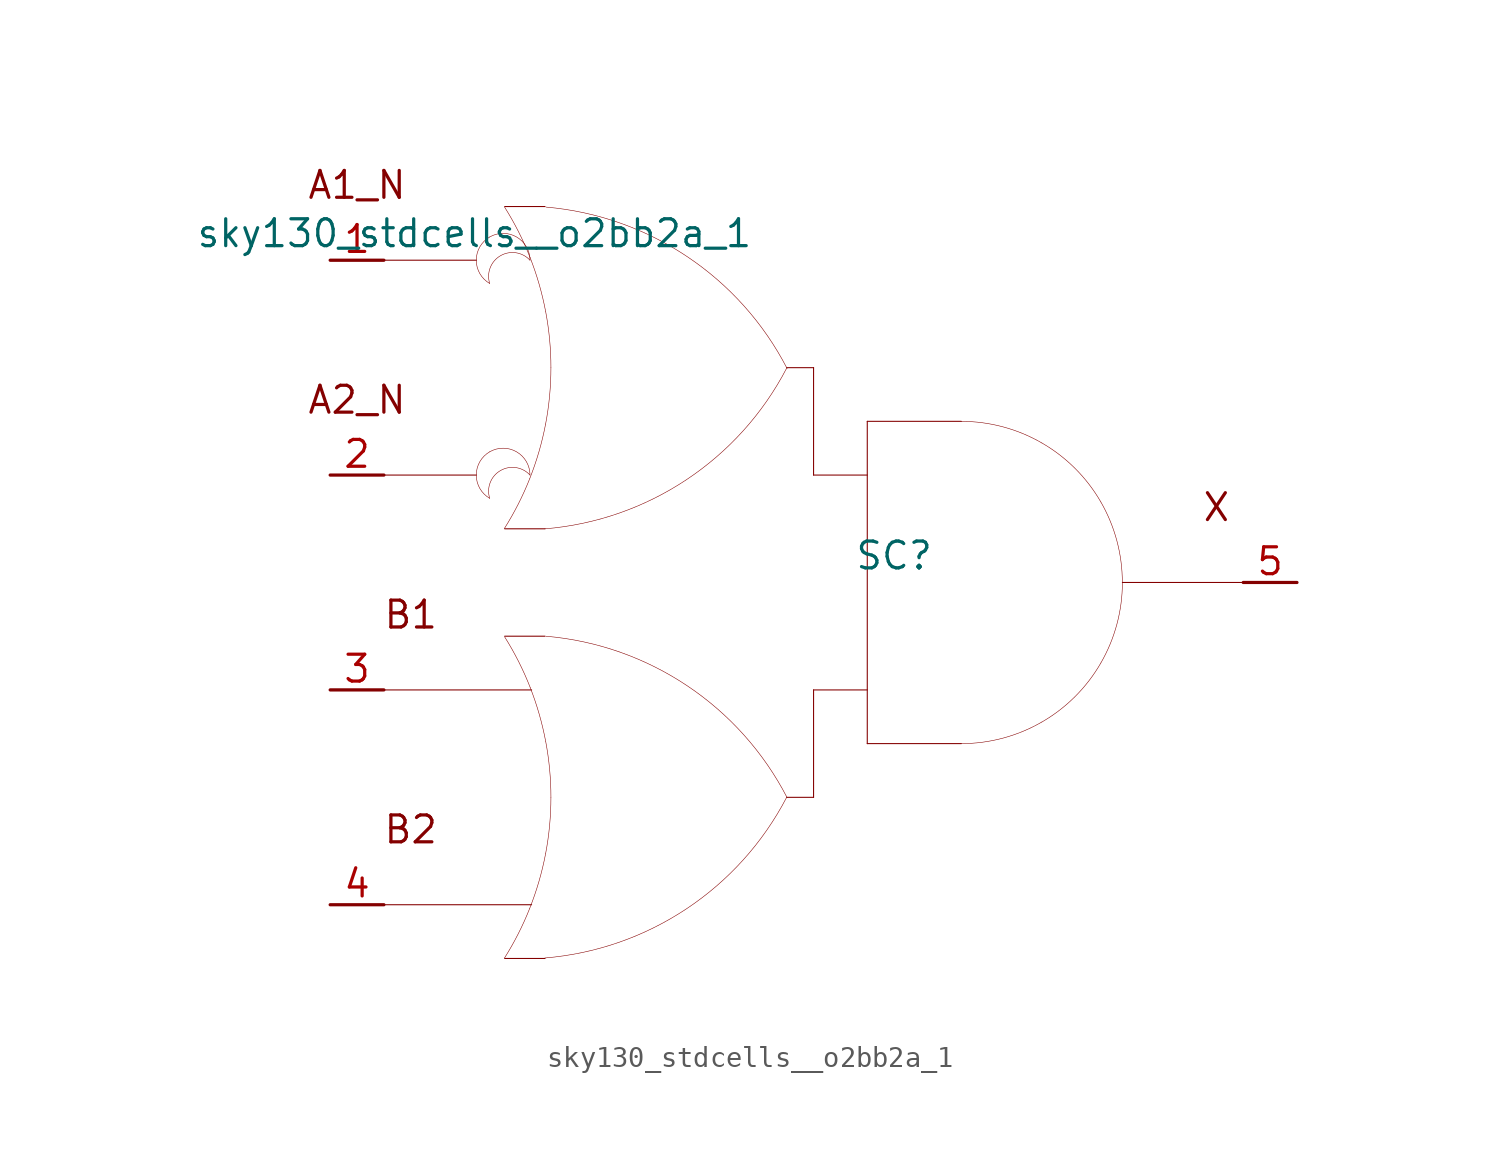
<source format=kicad_sym>
(kicad_symbol_lib
  (version 20211014)
  (generator kicad_symbol_editor)
  (symbol "sky130_stdcells__o2bb2a_1"
    (pin_names hide)
    (property "Reference" "SC"
      (at 3.81 1.27 0)
      (effects (font (size 1.27 1.27))))
    (property "Value" "sky130_stdcells__o2bb2a_1"
      (at -2.845 16.51 0)
      (effects (font (size 1.27 1.27)) (justify right)))
    (symbol "sky130_stdcells__o2bb2a_1_0_0"
      (arc (start -15.3162 6.1799) (mid -15.9512 5.08) (end -15.3162 3.9801) (stroke (width 0.0254) (type default) (color 0 0 0 0)) (fill (type none)))
      (arc (start -15.3162 16.3399) (mid -15.9512 15.24) (end -15.3162 14.1401) (stroke (width 0.0254) (type default) (color 0 0 0 0)) (fill (type none)))
      (arc (start -14.6255 -17.7742) (mid -13.968 -16.618) (end -13.4212 -15.4056) (stroke (width 0.0254) (type default) (color 0 0 0 0)) (fill (type none)))
      (arc (start -14.6255 2.5458) (mid -13.968 3.702) (end -13.4212 4.9144) (stroke (width 0.0254) (type default) (color 0 0 0 0)) (fill (type none)))
      (arc (start -13.4212 -15.4056) (mid -12.9863 -14.1355) (end -12.673 -12.8301) (stroke (width 0.0254) (type default) (color 0 0 0 0)) (fill (type none)))
      (arc (start -13.4212 4.9144) (mid -12.9863 6.1845) (end -12.673 7.4899) (stroke (width 0.0254) (type default) (color 0 0 0 0)) (fill (type none)))
      (arc (start -13.4112 5.08) (mid -15.2681 5.5543) (end -15.3162 3.9801) (stroke (width 0.0254) (type default) (color 0 0 0 0)) (fill (type none)))
      (arc (start -13.4112 5.08) (mid -14.0462 6.1798) (end -15.3162 6.1799) (stroke (width 0.0254) (type default) (color 0 0 0 0)) (fill (type none)))
      (arc (start -13.4112 15.24) (mid -15.2681 15.7143) (end -15.3162 14.1401) (stroke (width 0.0254) (type default) (color 0 0 0 0)) (fill (type none)))
      (arc (start -13.4112 15.24) (mid -14.0462 16.3398) (end -15.3162 16.3399) (stroke (width 0.0254) (type default) (color 0 0 0 0)) (fill (type none)))
      (arc (start -13.403 -4.9607) (mid -13.9512 -3.7352) (end -14.6123 -2.5668) (stroke (width 0.0254) (type default) (color 0 0 0 0)) (fill (type none)))
      (arc (start -13.403 15.3593) (mid -13.9512 16.5848) (end -14.6123 17.7532) (stroke (width 0.0254) (type default) (color 0 0 0 0)) (fill (type none)))
      (arc (start -12.705 -17.7577) (mid -6.011 -15.4332) (end -1.2741 -10.163) (stroke (width 0.0254) (type default) (color 0 0 0 0)) (fill (type none)))
      (arc (start -12.705 2.5369) (mid -6.011 4.8614) (end -1.2741 10.1316) (stroke (width 0.0254) (type default) (color 0 0 0 0)) (fill (type none)))
      (arc (start -12.673 -12.8301) (mid -12.4838 -11.501) (end -12.4206 -10.16) (stroke (width 0.0254) (type default) (color 0 0 0 0)) (fill (type none)))
      (arc (start -12.673 7.4899) (mid -12.4838 8.819) (end -12.4206 10.16) (stroke (width 0.0254) (type default) (color 0 0 0 0)) (fill (type none)))
      (arc (start -12.6684 -7.5144) (mid -12.9761 -6.2204) (end -13.403 -4.9607) (stroke (width 0.0254) (type default) (color 0 0 0 0)) (fill (type none)))
      (arc (start -12.6684 12.8056) (mid -12.9761 14.0996) (end -13.403 15.3593) (stroke (width 0.0254) (type default) (color 0 0 0 0)) (fill (type none)))
      (arc (start -12.4206 -10.16) (mid -12.4827 -8.8314) (end -12.6684 -7.5144) (stroke (width 0.0254) (type default) (color 0 0 0 0)) (fill (type none)))
      (arc (start -12.4206 10.16) (mid -12.4827 11.4886) (end -12.6684 12.8056) (stroke (width 0.0254) (type default) (color 0 0 0 0)) (fill (type none)))
      (arc (start -1.2513 -10.1756) (mid -5.9698 -4.889) (end -12.6556 -2.5411) (stroke (width 0.0254) (type default) (color 0 0 0 0)) (fill (type none)))
      (arc (start -1.2513 10.119) (mid -5.9698 15.4056) (end -12.6556 17.7535) (stroke (width 0.0254) (type default) (color 0 0 0 0)) (fill (type none)))
      (polyline (pts (xy -20.32 -15.24) (xy -13.335 -15.24)) (stroke (width 0.051) (type default) (color 0 0 0 0)) (fill (type none)))
      (polyline (pts (xy -20.32 -5.08) (xy -13.335 -5.08)) (stroke (width 0.051) (type default) (color 0 0 0 0)) (fill (type none)))
      (polyline (pts (xy -20.32 5.08) (xy -15.951 5.08)) (stroke (width 0.051) (type default) (color 0 0 0 0)) (fill (type none)))
      (polyline (pts (xy -20.32 15.24) (xy -15.951 15.24)) (stroke (width 0.051) (type default) (color 0 0 0 0)) (fill (type none)))
      (polyline (pts (xy -14.605 -17.78) (xy -12.7 -17.78)) (stroke (width 0.051) (type default) (color 0 0 0 0)) (fill (type none)))
      (polyline (pts (xy -14.605 -2.54) (xy -12.7 -2.54)) (stroke (width 0.051) (type default) (color 0 0 0 0)) (fill (type none)))
      (polyline (pts (xy -14.605 2.54) (xy -12.7 2.54)) (stroke (width 0.051) (type default) (color 0 0 0 0)) (fill (type none)))
      (polyline (pts (xy -14.605 17.78) (xy -12.7 17.78)) (stroke (width 0.051) (type default) (color 0 0 0 0)) (fill (type none)))
      (polyline (pts (xy -1.27 -10.16) (xy 0 -10.16)) (stroke (width 0.051) (type default) (color 0 0 0 0)) (fill (type none)))
      (polyline (pts (xy -1.27 10.16) (xy 0 10.16)) (stroke (width 0.051) (type default) (color 0 0 0 0)) (fill (type none)))
      (polyline (pts (xy 0 -5.08) (xy 0 -10.16)) (stroke (width 0.051) (type default) (color 0 0 0 0)) (fill (type none)))
      (polyline (pts (xy 0 -5.08) (xy 2.54 -5.08)) (stroke (width 0.051) (type default) (color 0 0 0 0)) (fill (type none)))
      (polyline (pts (xy 0 5.08) (xy 2.54 5.08)) (stroke (width 0.051) (type default) (color 0 0 0 0)) (fill (type none)))
      (polyline (pts (xy 0 10.16) (xy 0 5.08)) (stroke (width 0.051) (type default) (color 0 0 0 0)) (fill (type none)))
      (polyline (pts (xy 2.54 -7.62) (xy 6.985 -7.62)) (stroke (width 0.051) (type default) (color 0 0 0 0)) (fill (type none)))
      (polyline (pts (xy 2.54 7.62) (xy 2.54 -7.62)) (stroke (width 0.051) (type default) (color 0 0 0 0)) (fill (type none)))
      (polyline (pts (xy 2.54 7.62) (xy 6.985 7.62)) (stroke (width 0.051) (type default) (color 0 0 0 0)) (fill (type none)))
      (polyline (pts (xy 14.605 0) (xy 20.32 0)) (stroke (width 0.051) (type default) (color 0 0 0 0)) (fill (type none)))
      (arc (start 6.985 -7.62) (mid 8.9572 -7.3604) (end 10.795 -6.5991) (stroke (width 0.0254) (type default) (color 0 0 0 0)) (fill (type none)))
      (arc (start 10.795 -6.5991) (mid 12.3731 -5.3881) (end 13.5841 -3.81) (stroke (width 0.0254) (type default) (color 0 0 0 0)) (fill (type none)))
      (arc (start 10.795 6.5991) (mid 8.9572 7.3603) (end 6.985 7.62) (stroke (width 0.0254) (type default) (color 0 0 0 0)) (fill (type none)))
      (arc (start 13.5841 -3.81) (mid 14.3453 -1.9722) (end 14.605 0) (stroke (width 0.0254) (type default) (color 0 0 0 0)) (fill (type none)))
      (arc (start 13.5841 3.81) (mid 12.3731 5.3881) (end 10.795 6.5991) (stroke (width 0.0254) (type default) (color 0 0 0 0)) (fill (type none)))
      (arc (start 14.605 0) (mid 14.3454 1.9722) (end 13.5841 3.81) (stroke (width 0.0254) (type default) (color 0 0 0 0)) (fill (type none)))
      (text "A1_N" (at -21.59 18.796 0) (effects (font (size 1.27 1.27))))
      (text "A2_N" (at -21.59 8.636 0) (effects (font (size 1.27 1.27))))
      (text "B1" (at -19.05 -1.524 0) (effects (font (size 1.27 1.27))))
      (text "B2" (at -19.05 -11.684 0) (effects (font (size 1.27 1.27))))
      (text "X" (at 19.05 3.556 0) (effects (font (size 1.27 1.27)))))
    (symbol "sky130_stdcells__o2bb2a_1_1_1"
      (pin input line (at -22.86 15.24 0) (length 2.54) (name "A1_N" (effects (font (size 1.092 1.092)))) (number "1" (effects (font (size 1.27 1.27)))))
      (pin input line (at -22.86 5.08 0) (length 2.54) (name "A2_N" (effects (font (size 1.092 1.092)))) (number "2" (effects (font (size 1.27 1.27)))))
      (pin input line (at -22.86 -5.08 0) (length 2.54) (name "B1" (effects (font (size 1.092 1.092)))) (number "3" (effects (font (size 1.27 1.27)))))
      (pin input line (at -22.86 -15.24 0) (length 2.54) (name "B2" (effects (font (size 1.092 1.092)))) (number "4" (effects (font (size 1.27 1.27)))))
      (pin output line (at 22.86 0 180) (length 2.54) (name "X" (effects (font (size 1.092 1.092)))) (number "5" (effects (font (size 1.27 1.27))))))))
</source>
